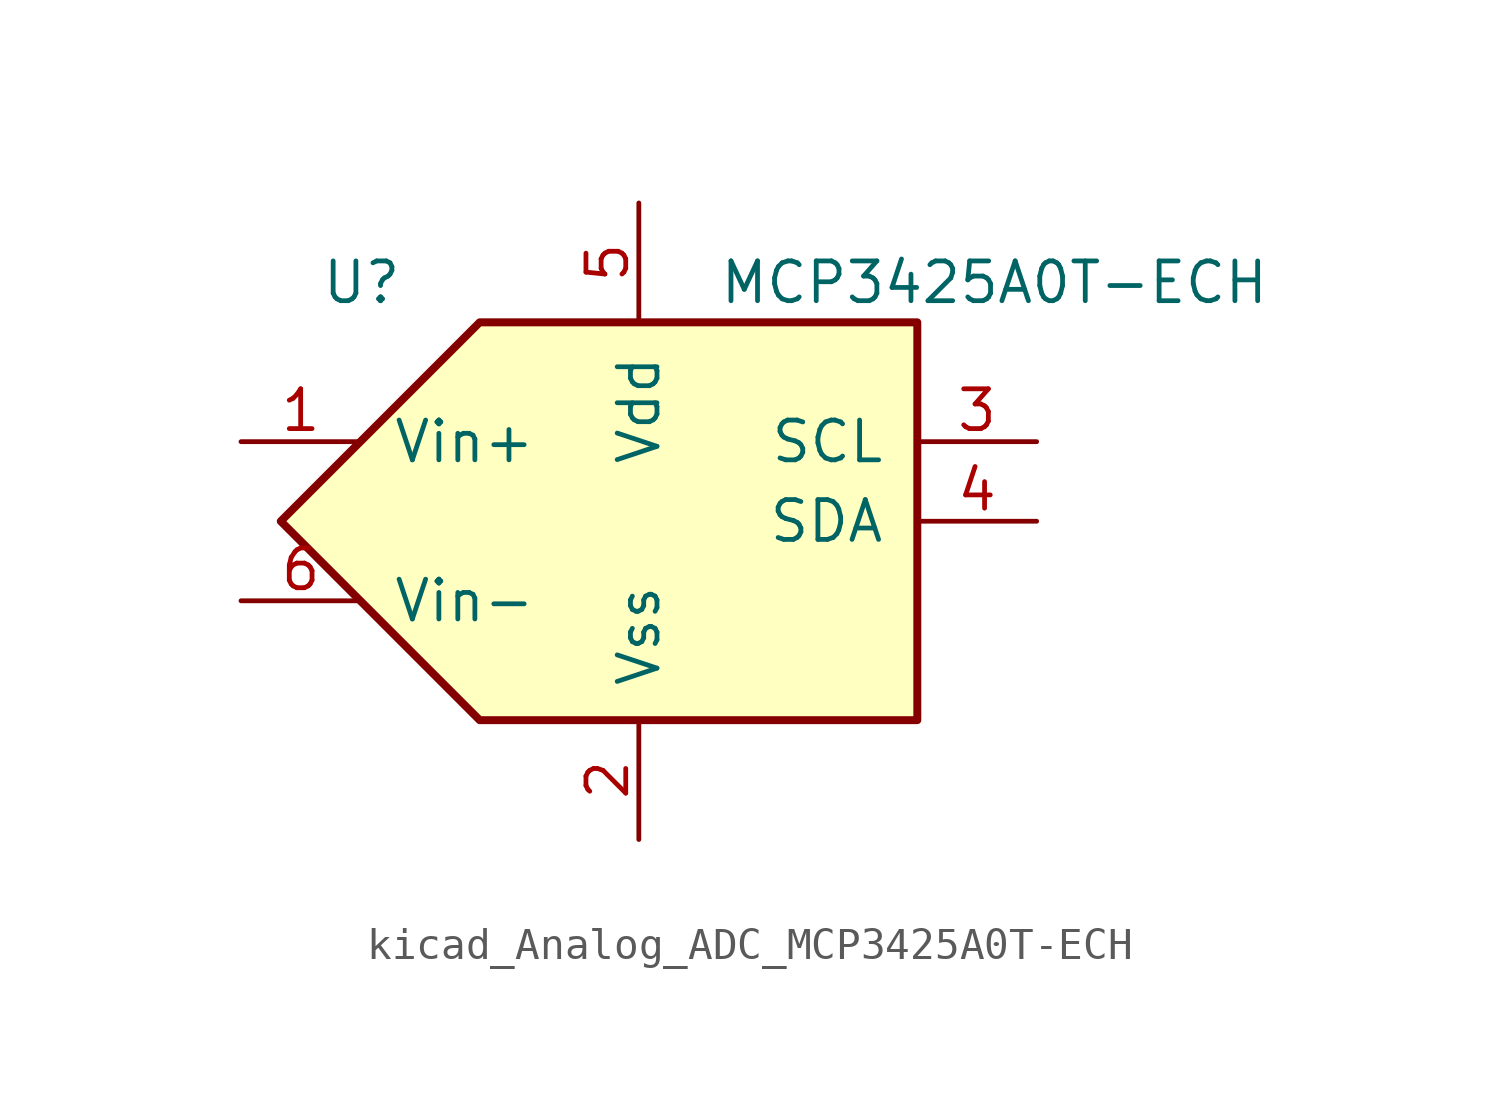
<source format=kicad_sym>
(kicad_symbol_lib
  (version 20220914)
  (generator kicad_symbol_editor)
  (symbol "kicad_Analog_ADC_MCP3425A0T-ECH"
    (pin_names
      (offset 1.016))
    (property "Reference" "U"
      (at -10.16 7.62 0)
      (effects (font (size 1.27 1.27)) (justify left)))
    (property "Value" "MCP3425A0T-ECH"
      (at 2.54 7.62 0)
      (effects (font (size 1.27 1.27)) (justify left)))
    (symbol "kicad_Analog_ADC_MCP3425A0T-ECH_0_1"
      (polyline (pts (xy -5.08 6.35) (xy 8.89 6.35) (xy 8.89 0) (xy 8.89 -6.35) (xy -5.08 -6.35) (xy -11.43 0) (xy -5.08 6.35)) (stroke (width 0.254) (type default)) (fill (type background))))
    (symbol "kicad_Analog_ADC_MCP3425A0T-ECH_1_1"
      (pin passive line (at -12.7 2.54 0) (length 3.81) (name "Vin+" (effects (font (size 1.27 1.27)))) (number "1" (effects (font (size 1.27 1.27)))))
      (pin power_in line (at 0 -10.16 90) (length 3.81) (name "Vss" (effects (font (size 1.27 1.27)))) (number "2" (effects (font (size 1.27 1.27)))))
      (pin input line (at 12.7 2.54 180) (length 3.81) (name "SCL" (effects (font (size 1.27 1.27)))) (number "3" (effects (font (size 1.27 1.27)))))
      (pin bidirectional line (at 12.7 0 180) (length 3.81) (name "SDA" (effects (font (size 1.27 1.27)))) (number "4" (effects (font (size 1.27 1.27)))))
      (pin power_in line (at 0 10.16 270) (length 3.81) (name "Vdd" (effects (font (size 1.27 1.27)))) (number "5" (effects (font (size 1.27 1.27)))))
      (pin passive line (at -12.7 -2.54 0) (length 3.81) (name "Vin-" (effects (font (size 1.27 1.27)))) (number "6" (effects (font (size 1.27 1.27))))))))
</source>
